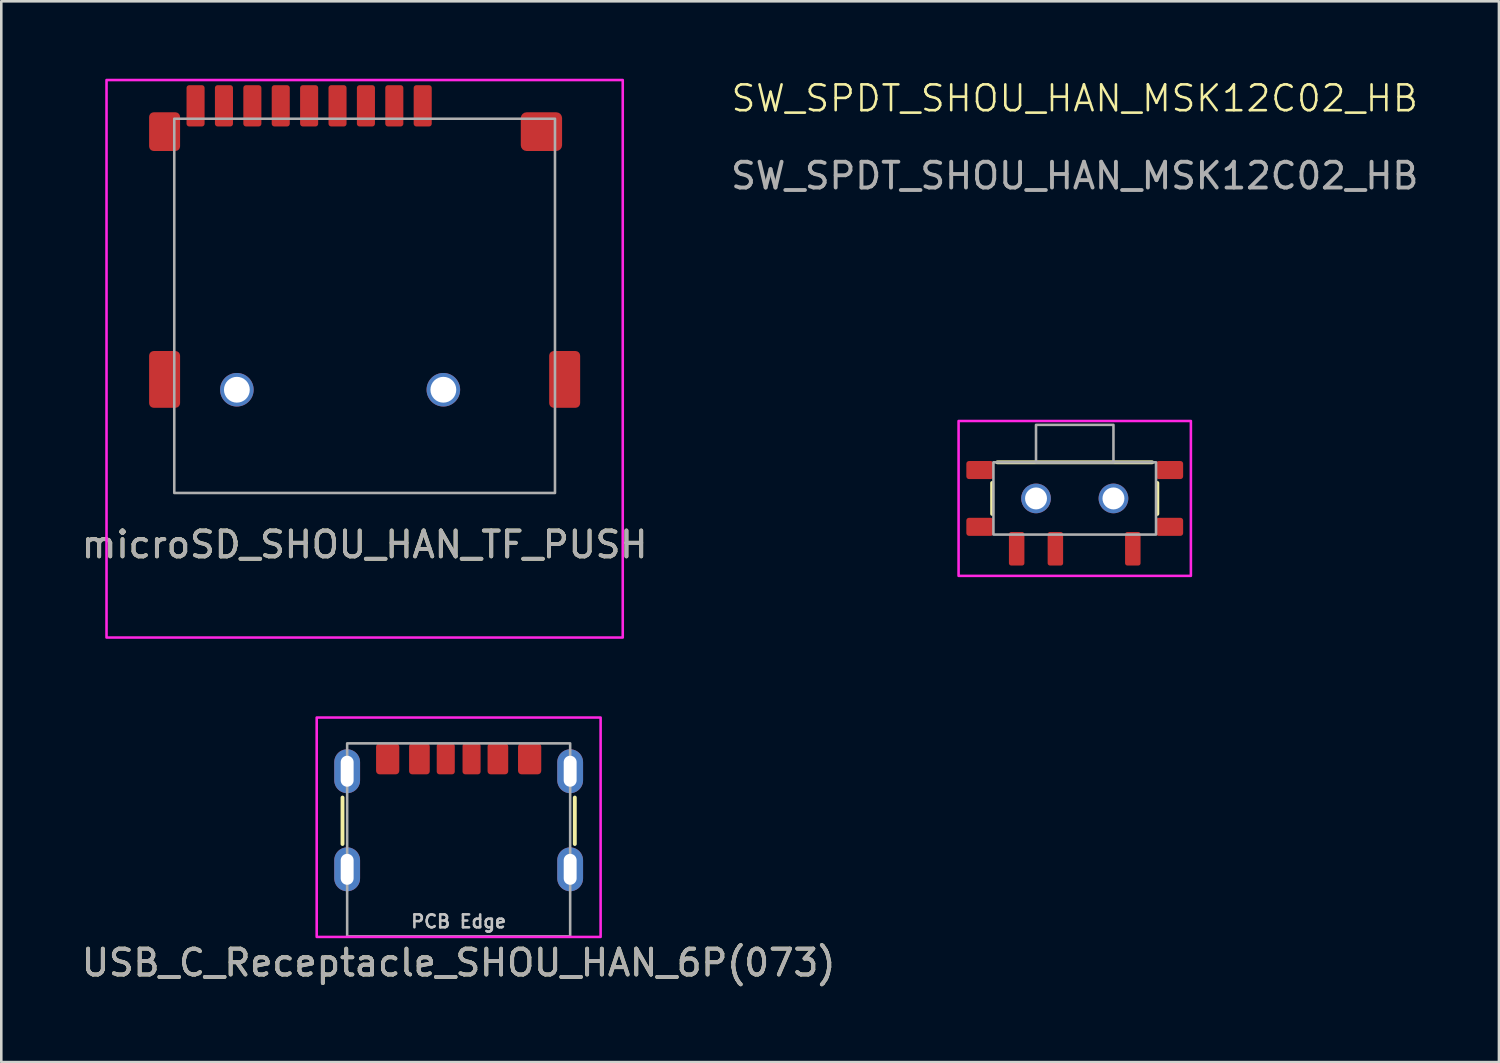
<source format=kicad_pcb>
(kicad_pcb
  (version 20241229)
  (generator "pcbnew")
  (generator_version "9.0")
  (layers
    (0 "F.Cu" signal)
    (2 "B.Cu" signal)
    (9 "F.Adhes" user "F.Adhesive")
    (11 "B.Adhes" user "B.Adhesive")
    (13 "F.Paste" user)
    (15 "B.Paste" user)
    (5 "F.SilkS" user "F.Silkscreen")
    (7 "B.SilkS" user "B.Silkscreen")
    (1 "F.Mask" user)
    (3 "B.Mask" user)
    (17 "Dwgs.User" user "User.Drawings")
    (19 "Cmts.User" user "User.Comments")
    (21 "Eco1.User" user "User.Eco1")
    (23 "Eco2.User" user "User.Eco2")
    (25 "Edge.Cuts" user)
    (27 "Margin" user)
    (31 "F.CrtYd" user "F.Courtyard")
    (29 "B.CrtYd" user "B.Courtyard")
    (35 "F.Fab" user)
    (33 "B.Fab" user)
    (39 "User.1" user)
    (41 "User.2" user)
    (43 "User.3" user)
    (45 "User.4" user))
  (footprint "SW_SPDT_SHOU_HAN_MSK12C02_HB"
    (layer "F.Cu")
    (at 38.589 16.261)
    (property "Reference" "SW_SPDT_SHOU_HAN_MSK12C02_HB" (at 0 -15.5 0) (unlocked yes) (layer "F.SilkS") (effects (font (size 1 1) (thickness 0.1))))
    (attr smd)
    (fp_line (start -3.2 -0.6) (end -3.2 0.6) (stroke (width 0.15) (type solid)) (layer "F.SilkS"))
    (fp_line (start -3 -1.4) (end 3 -1.4) (stroke (width 0.15) (type solid)) (layer "F.SilkS"))
    (fp_line (start 3.2 -0.6) (end 3.2 0.6) (stroke (width 0.15) (type solid)) (layer "F.SilkS"))
    (fp_rect (start -4.5 -3) (end 4.5 3) (stroke (width 0.1) (type solid)) (fill no) (layer "F.CrtYd"))
    (fp_rect (start -3.15 -1.4) (end 3.15 1.4) (stroke (width 0.1) (type solid)) (fill no) (layer "F.Fab"))
    (fp_rect (start -1.5 -2.85) (end 1.5 -1.4) (stroke (width 0.1) (type solid)) (fill no) (layer "F.Fab"))
    (fp_text user "${REFERENCE}" (at 0 -12.5 0) (unlocked yes) (layer "F.Fab") (effects (font (size 1 1) (thickness 0.15))))
    (pad "" np_thru_hole circle (at -1.5 0) (size 1.15 1.15) (drill 0.85) (layers "*.Cu" "*.Mask"))
    (pad "" np_thru_hole circle (at 1.5 0) (size 1.15 1.15) (drill 0.85) (layers "*.Cu" "*.Mask"))
    (pad "1" smd roundrect (at 2.25 1.95) (size 0.6 1.3) (layers "F.Cu" "F.Mask" "F.Paste") (roundrect_rratio 0.15))
    (pad "2" smd roundrect (at -0.75 1.95) (size 0.6 1.3) (layers "F.Cu" "F.Mask" "F.Paste") (roundrect_rratio 0.15))
    (pad "3" smd roundrect (at -2.25 1.95) (size 0.6 1.3) (layers "F.Cu" "F.Mask" "F.Paste") (roundrect_rratio 0.15))
    (pad "4" smd roundrect (at -3.675 -1.1) (size 1.05 0.7) (layers "F.Cu" "F.Mask" "F.Paste") (roundrect_rratio 0.15))
    (pad "4" smd roundrect (at -3.675 1.1) (size 1.05 0.7) (layers "F.Cu" "F.Mask" "F.Paste") (roundrect_rratio 0.15))
    (pad "4" smd roundrect (at 3.675 -1.1) (size 1.05 0.7) (layers "F.Cu" "F.Mask" "F.Paste") (roundrect_rratio 0.15))
    (pad "4" smd roundrect (at 3.675 1.1) (size 1.05 0.7) (layers "F.Cu" "F.Mask" "F.Paste") (roundrect_rratio 0.15)))
  (footprint "USB_C_Receptacle_SHOU_HAN_6P(073)"
    (layer "F.Cu")
    (at 14.72 25.75)
    (property "Reference" "USB_C_Receptacle_SHOU_HAN_6P(073)" (at 0 8.5 0) (unlocked yes) (layer "F.SilkS") (effects (font (size 1 1) (thickness 0.15))))
    (attr smd)
    (fp_line (start -4.5 2.1) (end -4.5 3.9) (stroke (width 0.15) (type solid)) (layer "F.SilkS"))
    (fp_line (start 4.5 2.1) (end 4.5 3.9) (stroke (width 0.15) (type solid)) (layer "F.SilkS"))
    (fp_rect (start -5.5 -1) (end 5.5 7.5) (stroke (width 0.1) (type solid)) (fill no) (layer "F.CrtYd"))
    (fp_rect (start -4.32 0) (end 4.32 7.48) (stroke (width 0.1) (type solid)) (fill no) (layer "F.Fab"))
    (fp_text user "PCB Edge" (at 0 6.9 0) (unlocked yes) (layer "Dwgs.User") (effects (font (size 0.5 0.5) (thickness 0.1))))
    (fp_text user "${REFERENCE}" (at 0 8.5 0) (unlocked yes) (layer "F.Fab") (effects (font (size 1 1) (thickness 0.15))))
    (pad "A5" smd roundrect (at -0.5 0.6) (size 0.7 1.2) (layers "F.Cu" "F.Mask" "F.Paste") (roundrect_rratio 0.15))
    (pad "A9" smd roundrect (at 1.52 0.6) (size 0.8 1.2) (layers "F.Cu" "F.Mask" "F.Paste") (roundrect_rratio 0.15))
    (pad "A12" smd roundrect (at 2.75 0.6) (size 0.9 1.2) (layers "F.Cu" "F.Mask" "F.Paste") (roundrect_rratio 0.15))
    (pad "B5" smd roundrect (at 0.5 0.6) (size 0.7 1.2) (layers "F.Cu" "F.Mask" "F.Paste") (roundrect_rratio 0.15))
    (pad "B9" smd roundrect (at -1.52 0.6) (size 0.8 1.2) (layers "F.Cu" "F.Mask" "F.Paste") (roundrect_rratio 0.15))
    (pad "B12" smd roundrect (at -2.75 0.6) (size 0.9 1.2) (layers "F.Cu" "F.Mask" "F.Paste") (roundrect_rratio 0.15))
    (pad "S1" thru_hole oval (at -4.32 1.08) (size 1 1.7) (drill oval 0.5 1.2) (layers "*.Cu" "*.Mask"))
    (pad "S1" thru_hole oval (at -4.32 4.88) (size 1 1.7) (drill oval 0.5 1.2) (layers "*.Cu" "*.Mask"))
    (pad "S1" thru_hole oval (at 4.32 1.08) (size 1 1.7) (drill oval 0.5 1.2) (layers "*.Cu" "*.Mask"))
    (pad "S1" thru_hole oval (at 4.32 4.88) (size 1 1.7) (drill oval 0.5 1.2) (layers "*.Cu" "*.Mask")))
  (footprint "microSD_SHOU_HAN_TF_PUSH"
    (layer "F.Cu")
    (at 11.077 12.05)
    (property "Reference" "microSD_SHOU_HAN_TF_PUSH" (at 0 6 0) (unlocked yes) (layer "F.SilkS") (effects (font (size 1 1) (thickness 0.15))))
    (attr smd)
    (fp_rect (start -10 -12) (end 10 9.6) (stroke (width 0.1) (type solid)) (fill no) (layer "F.CrtYd"))
    (fp_rect (start -7.375 -10.5) (end 7.375 4) (stroke (width 0.1) (type solid)) (fill no) (layer "F.Fab"))
    (fp_text user "${REFERENCE}" (at 0 6 0) (unlocked yes) (layer "F.Fab") (effects (font (size 1 1) (thickness 0.15))))
    (pad "" np_thru_hole circle (at -4.95 0) (size 1.3 1.3) (drill 1) (layers "*.Cu" "*.Mask"))
    (pad "" np_thru_hole circle (at 3.05 0) (size 1.3 1.3) (drill 1) (layers "*.Cu" "*.Mask"))
    (pad "1" smd roundrect (at 2.25 -11) (size 0.7 1.6) (layers "F.Cu" "F.Mask" "F.Paste") (roundrect_rratio 0.15))
    (pad "2" smd roundrect (at 1.15 -11) (size 0.7 1.6) (layers "F.Cu" "F.Mask" "F.Paste") (roundrect_rratio 0.15))
    (pad "3" smd roundrect (at 0.05 -11) (size 0.7 1.6) (layers "F.Cu" "F.Mask" "F.Paste") (roundrect_rratio 0.15))
    (pad "4" smd roundrect (at -1.05 -11) (size 0.7 1.6) (layers "F.Cu" "F.Mask" "F.Paste") (roundrect_rratio 0.15))
    (pad "5" smd roundrect (at -2.15 -11) (size 0.7 1.6) (layers "F.Cu" "F.Mask" "F.Paste") (roundrect_rratio 0.15))
    (pad "6" smd roundrect (at -3.25 -11) (size 0.7 1.6) (layers "F.Cu" "F.Mask" "F.Paste") (roundrect_rratio 0.15))
    (pad "7" smd roundrect (at -4.35 -11) (size 0.7 1.6) (layers "F.Cu" "F.Mask" "F.Paste") (roundrect_rratio 0.15))
    (pad "8" smd roundrect (at -5.45 -11) (size 0.7 1.6) (layers "F.Cu" "F.Mask" "F.Paste") (roundrect_rratio 0.15))
    (pad "9" smd roundrect (at -6.55 -11) (size 0.7 1.6) (layers "F.Cu" "F.Mask" "F.Paste") (roundrect_rratio 0.15))
    (pad "10" smd roundrect (at -7.75 -10) (size 1.2 1.5) (layers "F.Cu" "F.Mask" "F.Paste") (roundrect_rratio 0.15))
    (pad "10" smd roundrect (at -7.75 -0.4) (size 1.2 2.2) (layers "F.Cu" "F.Mask" "F.Paste") (roundrect_rratio 0.15))
    (pad "10" smd roundrect (at 6.85 -10) (size 1.6 1.5) (layers "F.Cu" "F.Mask" "F.Paste") (roundrect_rratio 0.15))
    (pad "10" smd roundrect (at 7.75 -0.4) (size 1.2 2.2) (layers "F.Cu" "F.Mask" "F.Paste") (roundrect_rratio 0.15)))
  (gr_rect
    (start -3 -3)
    (end 55.024 38.098)
    (stroke (width 0.1) (type default))
    (fill no)
    (layer "Edge.Cuts")))
</source>
